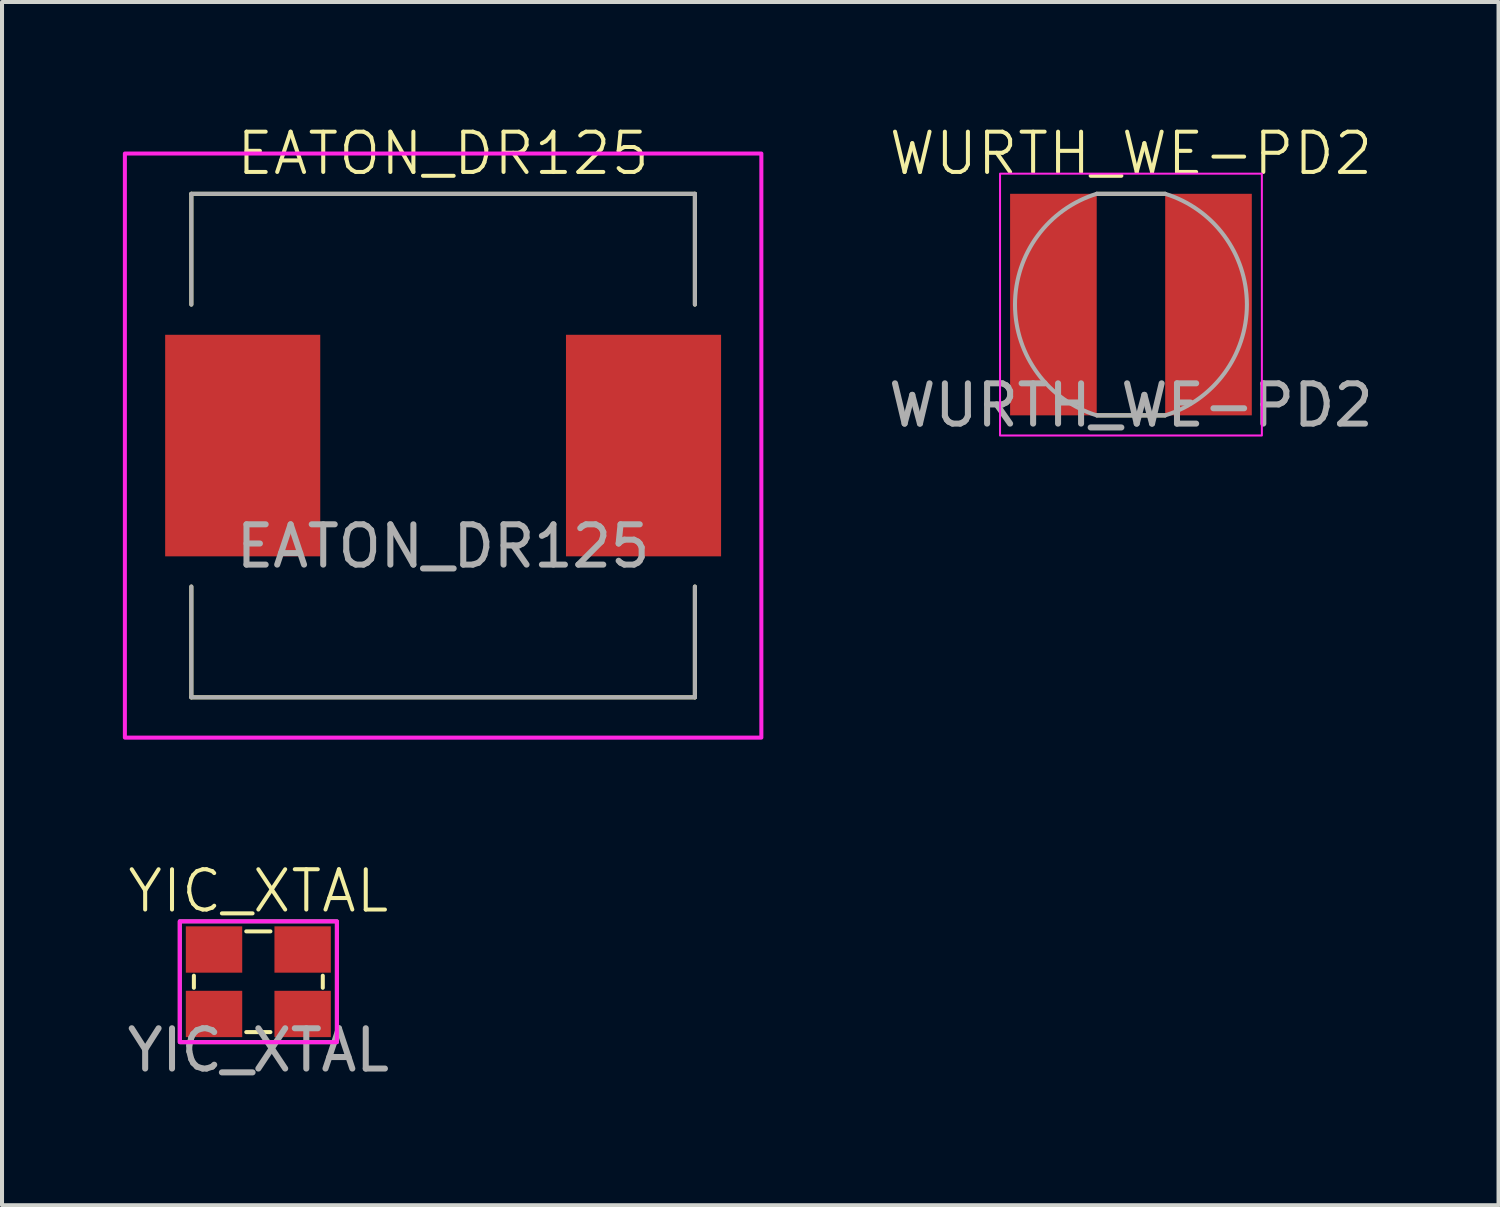
<source format=kicad_pcb>
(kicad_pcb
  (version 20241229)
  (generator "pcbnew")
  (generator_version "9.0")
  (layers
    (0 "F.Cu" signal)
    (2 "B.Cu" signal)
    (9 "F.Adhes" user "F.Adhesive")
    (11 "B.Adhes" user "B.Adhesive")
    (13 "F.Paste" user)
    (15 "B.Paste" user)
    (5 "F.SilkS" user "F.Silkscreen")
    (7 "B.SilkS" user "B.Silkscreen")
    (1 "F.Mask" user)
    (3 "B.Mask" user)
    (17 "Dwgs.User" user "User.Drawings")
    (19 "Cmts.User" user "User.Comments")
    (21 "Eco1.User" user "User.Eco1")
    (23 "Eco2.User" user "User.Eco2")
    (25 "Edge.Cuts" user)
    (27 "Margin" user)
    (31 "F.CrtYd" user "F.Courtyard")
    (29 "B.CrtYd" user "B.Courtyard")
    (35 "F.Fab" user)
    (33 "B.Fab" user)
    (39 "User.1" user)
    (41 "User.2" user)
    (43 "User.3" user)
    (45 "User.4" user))
  (footprint "YIC_XTAL"
    (layer "F.Cu")
    (at 3.363 21.321)
    (property "Reference" "YIC_XTAL" (at 0 -2.25 0) (unlocked yes) (layer "F.SilkS") (effects (font (size 1 1) (thickness 0.1))))
    (attr smd)
    (fp_line (start -1.6 -0.15) (end -1.6 0.15) (stroke (width 0.1) (type default)) (layer "F.SilkS"))
    (fp_line (start -0.3 -1.25) (end 0.3 -1.25) (stroke (width 0.1) (type default)) (layer "F.SilkS"))
    (fp_line (start -0.3 1.25) (end 0.3 1.25) (stroke (width 0.1) (type default)) (layer "F.SilkS"))
    (fp_line (start 1.6 -0.15) (end 1.6 0.15) (stroke (width 0.1) (type default)) (layer "F.SilkS"))
    (fp_rect (start -1.95 -1.5) (end 1.95 1.5) (stroke (width 0.1) (type default)) (fill no) (layer "F.CrtYd"))
    (fp_rect (start -1.95 -1.5) (end 1.95 1.5) (stroke (width 0.1) (type default)) (fill no) (layer "F.Fab"))
    (fp_text user "${REFERENCE}" (at 0 1.7 0) (unlocked yes) (layer "F.Fab") (effects (font (size 1 1) (thickness 0.15))))
    (pad "1" smd rect (at -1.1 -0.8) (size 1.4 1.15) (layers "F.Cu" "F.Mask" "F.Paste"))
    (pad "2" smd rect (at 1.1 -0.8) (size 1.4 1.15) (layers "F.Cu" "F.Mask" "F.Paste"))
    (pad "3" smd rect (at 1.1 0.8) (size 1.4 1.15) (layers "F.Cu" "F.Mask" "F.Paste"))
    (pad "4" smd rect (at -1.1 0.8) (size 1.4 1.15) (layers "F.Cu" "F.Mask" "F.Paste")))
  (footprint "WURTH_WE-PD2"
    (layer "F.Cu")
    (at 25.025 4.511)
    (property "Reference" "WURTH_WE-PD2" (at 0 -3.75 0) (unlocked yes) (layer "F.SilkS") (effects (font (size 1 1) (thickness 0.1))))
    (attr smd)
    (fp_line (start -0.85 -2.75) (end 0.85 -2.75) (stroke (width 0.1) (type default)) (layer "F.SilkS"))
    (fp_line (start -0.85 2.75) (end 0.85 2.75) (stroke (width 0.1) (type default)) (layer "F.SilkS"))
    (fp_rect (start -3.25 -3.25) (end 3.25 3.25) (stroke (width 0.05) (type default)) (fill no) (layer "F.CrtYd"))
    (fp_line (start -0.85 -2.75) (end 0.85 -2.75) (stroke (width 0.1) (type default)) (layer "F.Fab"))
    (fp_line (start 0.85 2.75) (end -0.85 2.75) (stroke (width 0.1) (type default)) (layer "F.Fab"))
    (fp_arc (start -0.85 2.749999) (mid -2.878367 0) (end -0.85 -2.749999) (stroke (width 0.1) (type default)) (layer "F.Fab"))
    (fp_arc (start 0.85 -2.749999) (mid 2.878367 0) (end 0.85 2.749999) (stroke (width 0.1) (type default)) (layer "F.Fab"))
    (fp_text user "${REFERENCE}" (at 0 2.5 0) (unlocked yes) (layer "F.Fab") (effects (font (size 1 1) (thickness 0.15))))
    (pad "1" smd rect (at -1.925 0 90) (size 5.5 2.15) (layers "F.Cu" "F.Mask" "F.Paste"))
    (pad "2" smd rect (at 1.925 0 90) (size 5.5 2.15) (layers "F.Cu" "F.Mask" "F.Paste")))
  (footprint "EATON_DR125"
    (layer "F.Cu")
    (at 7.95 8.011)
    (property "Reference" "EATON_DR125" (at 0 -7.25 0) (unlocked yes) (layer "F.SilkS") (effects (font (size 1 1) (thickness 0.1))))
    (attr smd)
    (fp_line (start -6.25 -3.5) (end -6.25 -6.25) (stroke (width 0.1) (type default)) (layer "F.SilkS"))
    (fp_line (start -6.25 6.25) (end -6.25 3.5) (stroke (width 0.1) (type default)) (layer "F.SilkS"))
    (fp_line (start -6.25 6.25) (end 6.25 6.25) (stroke (width 0.1) (type default)) (layer "F.SilkS"))
    (fp_line (start 6.25 -6.25) (end -6.25 -6.25) (stroke (width 0.1) (type default)) (layer "F.SilkS"))
    (fp_line (start 6.25 -3.5) (end 6.25 -6.25) (stroke (width 0.1) (type default)) (layer "F.SilkS"))
    (fp_line (start 6.25 3.5) (end 6.25 6.25) (stroke (width 0.1) (type default)) (layer "F.SilkS"))
    (fp_rect (start -7.9 -7.25) (end 7.9 7.25) (stroke (width 0.1) (type default)) (fill no) (layer "F.CrtYd"))
    (fp_line (start -6.25 -3.5) (end -6.25 -6.25) (stroke (width 0.1) (type default)) (layer "F.Fab"))
    (fp_line (start -6.25 6.25) (end -6.25 3.5) (stroke (width 0.1) (type default)) (layer "F.Fab"))
    (fp_line (start -6.25 6.25) (end 6.25 6.25) (stroke (width 0.1) (type default)) (layer "F.Fab"))
    (fp_line (start 6.25 -6.25) (end -6.25 -6.25) (stroke (width 0.1) (type default)) (layer "F.Fab"))
    (fp_line (start 6.25 -3.5) (end 6.25 -6.25) (stroke (width 0.1) (type default)) (layer "F.Fab"))
    (fp_line (start 6.25 3.5) (end 6.25 6.25) (stroke (width 0.1) (type default)) (layer "F.Fab"))
    (fp_text user "${REFERENCE}" (at 0 2.5 0) (unlocked yes) (layer "F.Fab") (effects (font (size 1 1) (thickness 0.15))))
    (pad "1" smd rect (at -4.975 0 90) (size 5.5 3.85) (layers "F.Cu" "F.Mask" "F.Paste"))
    (pad "2" smd rect (at 4.975 0 90) (size 5.5 3.85) (layers "F.Cu" "F.Mask" "F.Paste")))
  (gr_rect
    (start -3 -3)
    (end 34.15 26.869)
    (stroke (width 0.1) (type default))
    (fill no)
    (layer "Edge.Cuts")))
</source>
